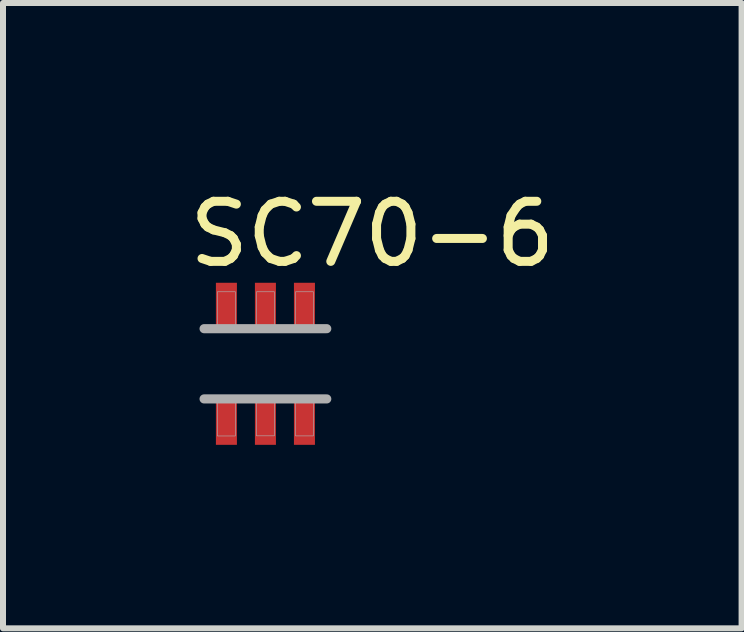
<source format=kicad_pcb>
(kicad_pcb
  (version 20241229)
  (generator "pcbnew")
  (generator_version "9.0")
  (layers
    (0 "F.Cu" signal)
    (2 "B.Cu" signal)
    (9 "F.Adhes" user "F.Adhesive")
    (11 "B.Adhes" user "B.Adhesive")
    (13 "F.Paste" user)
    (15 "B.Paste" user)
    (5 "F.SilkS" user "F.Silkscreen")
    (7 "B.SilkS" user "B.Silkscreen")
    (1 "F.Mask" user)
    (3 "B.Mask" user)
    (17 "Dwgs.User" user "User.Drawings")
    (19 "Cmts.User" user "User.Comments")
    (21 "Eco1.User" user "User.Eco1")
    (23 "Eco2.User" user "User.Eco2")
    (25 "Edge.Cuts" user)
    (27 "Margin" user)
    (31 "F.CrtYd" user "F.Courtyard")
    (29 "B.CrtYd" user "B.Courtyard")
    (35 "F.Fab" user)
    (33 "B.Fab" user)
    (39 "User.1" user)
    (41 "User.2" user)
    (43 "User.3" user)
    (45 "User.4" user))
  (footprint "SC70-6"
    (layer "F.Cu")
    (at 1.372 3.011)
    (property "Reference" "SC70-6" (at 1.78 -2.162 0) (layer "F.SilkS") (effects (font (size 1.001 1.001) (thickness 0.15))))
    (attr through_hole)
    (fp_poly (pts (xy -0.875 0.5) (xy -0.425 0.5) (xy -0.425 1.401) (xy -0.875 1.401)) (stroke (width 0.01) (type solid)) (fill yes) (layer "F.Mask"))
    (fp_poly (pts (xy -0.875 -1.4) (xy -0.425 -1.4) (xy -0.425 -0.5) (xy -0.875 -0.5)) (stroke (width 0.01) (type solid)) (fill yes) (layer "F.Mask"))
    (fp_poly (pts (xy -0.225 -1.4) (xy 0.225 -1.4) (xy 0.225 -0.501) (xy -0.225 -0.501)) (stroke (width 0.01) (type solid)) (fill yes) (layer "F.Mask"))
    (fp_poly (pts (xy -0.225 0.5) (xy 0.225 0.5) (xy 0.225 1.401) (xy -0.225 1.401)) (stroke (width 0.01) (type solid)) (fill yes) (layer "F.Mask"))
    (fp_poly (pts (xy 0.425 -1.4) (xy 0.875 -1.4) (xy 0.875 -0.5) (xy 0.425 -0.5)) (stroke (width 0.01) (type solid)) (fill yes) (layer "F.Mask"))
    (fp_poly (pts (xy 0.426 0.5) (xy 0.875 0.5) (xy 0.875 1.402) (xy 0.426 1.402)) (stroke (width 0.01) (type solid)) (fill yes) (layer "F.Mask"))
    (fp_poly (pts (xy -0.802 -1.325) (xy -0.5 -1.325) (xy -0.5 -0.576) (xy -0.802 -0.576)) (stroke (width 0.01) (type solid)) (fill yes) (layer "F.Paste"))
    (fp_poly (pts (xy -0.801 0.575) (xy -0.5 0.575) (xy -0.5 1.326) (xy -0.801 1.326)) (stroke (width 0.01) (type solid)) (fill yes) (layer "F.Paste"))
    (fp_poly (pts (xy -0.15 0.575) (xy 0.15 0.575) (xy 0.15 1.326) (xy -0.15 1.326)) (stroke (width 0.01) (type solid)) (fill yes) (layer "F.Paste"))
    (fp_poly (pts (xy -0.15 -1.325) (xy 0.15 -1.325) (xy 0.15 -0.575) (xy -0.15 -0.575)) (stroke (width 0.01) (type solid)) (fill yes) (layer "F.Paste"))
    (fp_poly (pts (xy 0.5 -1.325) (xy 0.8 -1.325) (xy 0.8 -0.575) (xy 0.5 -0.575)) (stroke (width 0.01) (type solid)) (fill yes) (layer "F.Paste"))
    (fp_poly (pts (xy 0.5 0.575) (xy 0.8 0.575) (xy 0.8 1.326) (xy 0.5 1.326)) (stroke (width 0.01) (type solid)) (fill yes) (layer "F.Paste"))
    (fp_line (start -1.022 -0.585) (end 1.022 -0.585) (stroke (width 0.152) (type solid)) (layer "F.Fab"))
    (fp_line (start 1.022 0.585) (end -1.022 0.585) (stroke (width 0.152) (type solid)) (layer "F.Fab"))
    (fp_poly (pts (xy -0.801 0.625) (xy -0.5 0.625) (xy -0.5 1.202) (xy -0.801 1.202)) (stroke (width 0.01) (type solid)) (fill no) (layer "F.Fab"))
    (fp_poly (pts (xy -0.801 -1.2) (xy -0.5 -1.2) (xy -0.5 -0.626) (xy -0.801 -0.626)) (stroke (width 0.01) (type solid)) (fill no) (layer "F.Fab"))
    (fp_poly (pts (xy -0.15 -1.2) (xy 0.15 -1.2) (xy 0.15 -0.626) (xy -0.15 -0.626)) (stroke (width 0.01) (type solid)) (fill no) (layer "F.Fab"))
    (fp_poly (pts (xy -0.15 0.625) (xy 0.15 0.625) (xy 0.15 1.2) (xy -0.15 1.2)) (stroke (width 0.01) (type solid)) (fill no) (layer "F.Fab"))
    (fp_poly (pts (xy 0.5 0.625) (xy 0.8 0.625) (xy 0.8 1.201) (xy 0.5 1.201)) (stroke (width 0.01) (type solid)) (fill no) (layer "F.Fab"))
    (fp_poly (pts (xy 0.501 -1.2) (xy 0.8 -1.2) (xy 0.8 -0.626) (xy 0.501 -0.626)) (stroke (width 0.01) (type solid)) (fill no) (layer "F.Fab"))
    (pad "1" smd rect (at -0.65 0.95) (size 0.35 0.8) (layers "F.Cu"))
    (pad "2" smd rect (at 0 0.95) (size 0.35 0.8) (layers "F.Cu"))
    (pad "3" smd rect (at 0.65 0.95) (size 0.35 0.8) (layers "F.Cu"))
    (pad "4" smd rect (at 0.65 -0.95) (size 0.35 0.8) (layers "F.Cu"))
    (pad "5" smd rect (at 0 -0.95) (size 0.35 0.8) (layers "F.Cu"))
    (pad "6" smd rect (at -0.65 -0.95) (size 0.35 0.8) (layers "F.Cu")))
  (gr_rect
    (start -3 -3)
    (end 9.305 7.418)
    (stroke (width 0.1) (type default))
    (fill no)
    (layer "Edge.Cuts")))
</source>
